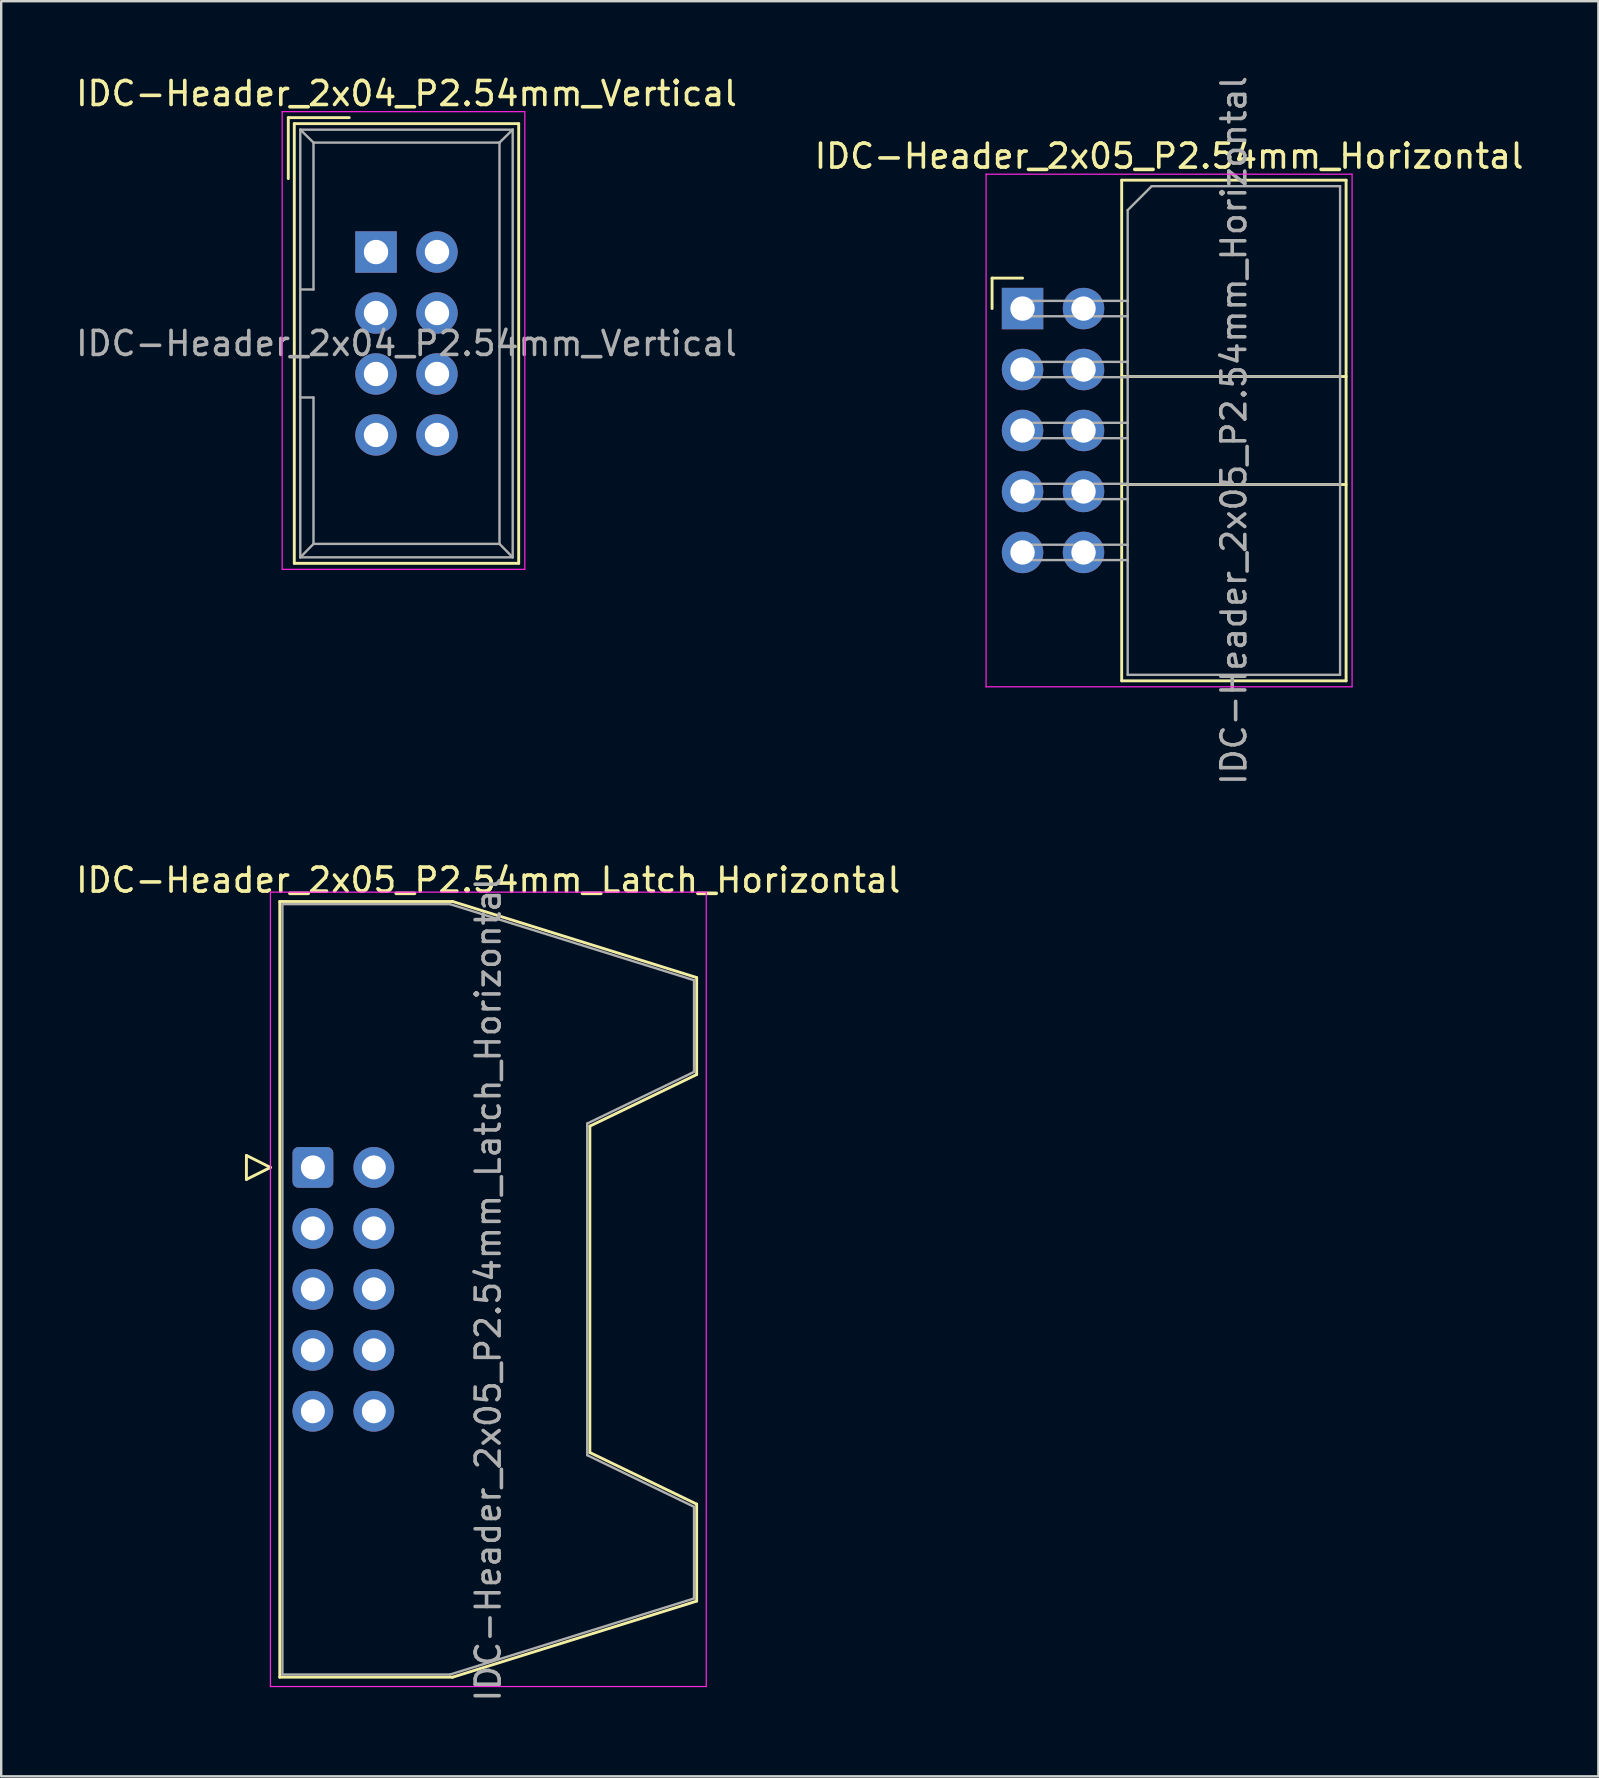
<source format=kicad_pcb>
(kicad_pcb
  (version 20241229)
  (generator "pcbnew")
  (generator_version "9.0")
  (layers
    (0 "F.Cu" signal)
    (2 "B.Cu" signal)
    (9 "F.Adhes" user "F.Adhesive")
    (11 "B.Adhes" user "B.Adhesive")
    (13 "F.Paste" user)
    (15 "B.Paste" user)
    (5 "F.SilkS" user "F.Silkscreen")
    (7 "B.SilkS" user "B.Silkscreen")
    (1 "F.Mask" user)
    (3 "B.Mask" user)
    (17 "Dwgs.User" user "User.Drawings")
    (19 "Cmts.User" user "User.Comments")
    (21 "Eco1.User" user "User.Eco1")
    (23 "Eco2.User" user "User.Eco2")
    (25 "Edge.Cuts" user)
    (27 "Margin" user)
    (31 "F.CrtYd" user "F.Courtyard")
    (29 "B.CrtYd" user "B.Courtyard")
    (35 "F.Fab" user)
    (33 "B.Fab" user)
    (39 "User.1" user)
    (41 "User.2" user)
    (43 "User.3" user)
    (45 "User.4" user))
  (footprint "IDC-Header_2x04_P2.54mm_Vertical"
    (layer "F.Cu")
    (at 12.617 7.452)
    (property "Reference" "IDC-Header_2x04_P2.54mm_Vertical" (at 1.27 -6.604 0) (layer "F.SilkS") (effects (font (size 1 1) (thickness 0.15))))
    (attr through_hole)
    (fp_line (start -3.655 -5.6) (end -3.655 -3.06) (stroke (width 0.12) (type solid)) (layer "F.SilkS"))
    (fp_line (start -3.655 -5.6) (end -1.115 -5.6) (stroke (width 0.12) (type solid)) (layer "F.SilkS"))
    (fp_line (start -3.405 -5.35) (end 5.945 -5.35) (stroke (width 0.12) (type solid)) (layer "F.SilkS"))
    (fp_line (start -3.405 12.97) (end -3.405 -5.35) (stroke (width 0.12) (type solid)) (layer "F.SilkS"))
    (fp_line (start 5.945 -5.35) (end 5.945 12.97) (stroke (width 0.12) (type solid)) (layer "F.SilkS"))
    (fp_line (start 5.945 12.97) (end -3.405 12.97) (stroke (width 0.12) (type solid)) (layer "F.SilkS"))
    (fp_line (start -3.91 -5.85) (end 6.2 -5.85) (stroke (width 0.05) (type solid)) (layer "F.CrtYd"))
    (fp_line (start -3.91 13.22) (end -3.91 -5.85) (stroke (width 0.05) (type solid)) (layer "F.CrtYd"))
    (fp_line (start 6.2 -5.85) (end 6.2 13.22) (stroke (width 0.05) (type solid)) (layer "F.CrtYd"))
    (fp_line (start 6.2 13.22) (end -3.91 13.22) (stroke (width 0.05) (type solid)) (layer "F.CrtYd"))
    (fp_line (start -3.155 -5.1) (end -3.155 12.72) (stroke (width 0.1) (type solid)) (layer "F.Fab"))
    (fp_line (start -3.155 -5.1) (end -2.605 -4.56) (stroke (width 0.1) (type solid)) (layer "F.Fab"))
    (fp_line (start -3.155 12.72) (end -2.605 12.16) (stroke (width 0.1) (type solid)) (layer "F.Fab"))
    (fp_line (start -2.605 -4.56) (end -2.605 1.56) (stroke (width 0.1) (type solid)) (layer "F.Fab"))
    (fp_line (start -2.605 1.56) (end -3.155 1.56) (stroke (width 0.1) (type solid)) (layer "F.Fab"))
    (fp_line (start -2.605 6.06) (end -3.155 6.06) (stroke (width 0.1) (type solid)) (layer "F.Fab"))
    (fp_line (start -2.605 6.06) (end -2.605 12.16) (stroke (width 0.1) (type solid)) (layer "F.Fab"))
    (fp_line (start 5.145 -4.56) (end -2.605 -4.56) (stroke (width 0.1) (type solid)) (layer "F.Fab"))
    (fp_line (start 5.145 -4.56) (end 5.145 12.16) (stroke (width 0.1) (type solid)) (layer "F.Fab"))
    (fp_line (start 5.145 12.16) (end -2.605 12.16) (stroke (width 0.1) (type solid)) (layer "F.Fab"))
    (fp_line (start 5.695 -5.1) (end -3.155 -5.1) (stroke (width 0.1) (type solid)) (layer "F.Fab"))
    (fp_line (start 5.695 -5.1) (end 5.145 -4.56) (stroke (width 0.1) (type solid)) (layer "F.Fab"))
    (fp_line (start 5.695 -5.1) (end 5.695 12.72) (stroke (width 0.1) (type solid)) (layer "F.Fab"))
    (fp_line (start 5.695 12.72) (end -3.155 12.72) (stroke (width 0.1) (type solid)) (layer "F.Fab"))
    (fp_line (start 5.695 12.72) (end 5.145 12.16) (stroke (width 0.1) (type solid)) (layer "F.Fab"))
    (fp_text user "${REFERENCE}" (at 1.27 3.81 0) (layer "F.Fab") (effects (font (size 1 1) (thickness 0.15))))
    (pad "1" thru_hole rect (at 0 0) (size 1.727 1.727) (drill 1.016) (layers "*.Cu" "*.Mask"))
    (pad "2" thru_hole oval (at 2.54 0) (size 1.727 1.727) (drill 1.016) (layers "*.Cu" "*.Mask"))
    (pad "3" thru_hole oval (at 0 2.54) (size 1.727 1.727) (drill 1.016) (layers "*.Cu" "*.Mask"))
    (pad "4" thru_hole oval (at 2.54 2.54) (size 1.727 1.727) (drill 1.016) (layers "*.Cu" "*.Mask"))
    (pad "5" thru_hole oval (at 0 5.08) (size 1.727 1.727) (drill 1.016) (layers "*.Cu" "*.Mask"))
    (pad "6" thru_hole oval (at 2.54 5.08) (size 1.727 1.727) (drill 1.016) (layers "*.Cu" "*.Mask"))
    (pad "7" thru_hole oval (at 0 7.62) (size 1.727 1.727) (drill 1.016) (layers "*.Cu" "*.Mask"))
    (pad "8" thru_hole oval (at 2.54 7.62) (size 1.727 1.727) (drill 1.016) (layers "*.Cu" "*.Mask")))
  (footprint "IDC-Header_2x05_P2.54mm_Horizontal"
    (layer "F.Cu")
    (at 39.556 9.807)
    (property "Reference" "IDC-Header_2x05_P2.54mm_Horizontal" (at 6.105 -6.35 0) (layer "F.SilkS") (effects (font (size 1 1) (thickness 0.15))))
    (attr through_hole)
    (fp_line (start -1.27 -1.27) (end -1.27 0) (stroke (width 0.12) (type solid)) (layer "F.SilkS"))
    (fp_line (start 0 -1.27) (end -1.27 -1.27) (stroke (width 0.12) (type solid)) (layer "F.SilkS"))
    (fp_line (start 4.13 -5.35) (end 13.48 -5.35) (stroke (width 0.12) (type solid)) (layer "F.SilkS"))
    (fp_line (start 4.13 2.83) (end 13.48 2.83) (stroke (width 0.12) (type solid)) (layer "F.SilkS"))
    (fp_line (start 4.13 7.33) (end 13.48 7.33) (stroke (width 0.12) (type solid)) (layer "F.SilkS"))
    (fp_line (start 4.13 15.51) (end 4.13 -5.35) (stroke (width 0.12) (type solid)) (layer "F.SilkS"))
    (fp_line (start 4.13 15.51) (end 13.48 15.51) (stroke (width 0.12) (type solid)) (layer "F.SilkS"))
    (fp_line (start 13.48 -5.35) (end 13.48 15.51) (stroke (width 0.12) (type solid)) (layer "F.SilkS"))
    (fp_line (start -1.52 -5.6) (end 13.73 -5.6) (stroke (width 0.05) (type solid)) (layer "F.CrtYd"))
    (fp_line (start -1.52 15.76) (end -1.52 -5.6) (stroke (width 0.05) (type solid)) (layer "F.CrtYd"))
    (fp_line (start 13.73 -5.6) (end 13.73 15.76) (stroke (width 0.05) (type solid)) (layer "F.CrtYd"))
    (fp_line (start 13.73 15.76) (end -1.52 15.76) (stroke (width 0.05) (type solid)) (layer "F.CrtYd"))
    (fp_line (start -0.32 -0.32) (end -0.32 0.32) (stroke (width 0.1) (type solid)) (layer "F.Fab"))
    (fp_line (start -0.32 0.32) (end 4.38 0.32) (stroke (width 0.1) (type solid)) (layer "F.Fab"))
    (fp_line (start -0.32 2.22) (end -0.32 2.86) (stroke (width 0.1) (type solid)) (layer "F.Fab"))
    (fp_line (start -0.32 2.86) (end 4.38 2.86) (stroke (width 0.1) (type solid)) (layer "F.Fab"))
    (fp_line (start -0.32 4.76) (end -0.32 5.4) (stroke (width 0.1) (type solid)) (layer "F.Fab"))
    (fp_line (start -0.32 5.4) (end 4.38 5.4) (stroke (width 0.1) (type solid)) (layer "F.Fab"))
    (fp_line (start -0.32 7.3) (end -0.32 7.94) (stroke (width 0.1) (type solid)) (layer "F.Fab"))
    (fp_line (start -0.32 7.94) (end 4.38 7.94) (stroke (width 0.1) (type solid)) (layer "F.Fab"))
    (fp_line (start -0.32 9.84) (end -0.32 10.48) (stroke (width 0.1) (type solid)) (layer "F.Fab"))
    (fp_line (start -0.32 10.48) (end 4.38 10.48) (stroke (width 0.1) (type solid)) (layer "F.Fab"))
    (fp_line (start 4.38 -4.1) (end 5.38 -5.1) (stroke (width 0.1) (type solid)) (layer "F.Fab"))
    (fp_line (start 4.38 -0.32) (end -0.32 -0.32) (stroke (width 0.1) (type solid)) (layer "F.Fab"))
    (fp_line (start 4.38 2.22) (end -0.32 2.22) (stroke (width 0.1) (type solid)) (layer "F.Fab"))
    (fp_line (start 4.38 2.83) (end 13.23 2.83) (stroke (width 0.1) (type solid)) (layer "F.Fab"))
    (fp_line (start 4.38 4.76) (end -0.32 4.76) (stroke (width 0.1) (type solid)) (layer "F.Fab"))
    (fp_line (start 4.38 7.3) (end -0.32 7.3) (stroke (width 0.1) (type solid)) (layer "F.Fab"))
    (fp_line (start 4.38 7.33) (end 13.23 7.33) (stroke (width 0.1) (type solid)) (layer "F.Fab"))
    (fp_line (start 4.38 9.84) (end -0.32 9.84) (stroke (width 0.1) (type solid)) (layer "F.Fab"))
    (fp_line (start 4.38 15.26) (end 4.38 -4.1) (stroke (width 0.1) (type solid)) (layer "F.Fab"))
    (fp_line (start 4.38 15.26) (end 13.23 15.26) (stroke (width 0.1) (type solid)) (layer "F.Fab"))
    (fp_line (start 5.38 -5.1) (end 13.23 -5.1) (stroke (width 0.1) (type solid)) (layer "F.Fab"))
    (fp_line (start 13.23 15.26) (end 13.23 -5.1) (stroke (width 0.1) (type solid)) (layer "F.Fab"))
    (fp_text user "${REFERENCE}" (at 8.805 5.08 90) (layer "F.Fab") (effects (font (size 1 1) (thickness 0.15))))
    (pad "1" thru_hole rect (at 0 0) (size 1.727 1.727) (drill 1.016) (layers "*.Cu" "*.Mask"))
    (pad "2" thru_hole oval (at 2.54 0) (size 1.727 1.727) (drill 1.016) (layers "*.Cu" "*.Mask"))
    (pad "3" thru_hole oval (at 0 2.54) (size 1.727 1.727) (drill 1.016) (layers "*.Cu" "*.Mask"))
    (pad "4" thru_hole oval (at 2.54 2.54) (size 1.727 1.727) (drill 1.016) (layers "*.Cu" "*.Mask"))
    (pad "5" thru_hole oval (at 0 5.08) (size 1.727 1.727) (drill 1.016) (layers "*.Cu" "*.Mask"))
    (pad "6" thru_hole oval (at 2.54 5.08) (size 1.727 1.727) (drill 1.016) (layers "*.Cu" "*.Mask"))
    (pad "7" thru_hole oval (at 0 7.62) (size 1.727 1.727) (drill 1.016) (layers "*.Cu" "*.Mask"))
    (pad "8" thru_hole oval (at 2.54 7.62) (size 1.727 1.727) (drill 1.016) (layers "*.Cu" "*.Mask"))
    (pad "9" thru_hole oval (at 0 10.16) (size 1.727 1.727) (drill 1.016) (layers "*.Cu" "*.Mask"))
    (pad "10" thru_hole oval (at 2.54 10.16) (size 1.727 1.727) (drill 1.016) (layers "*.Cu" "*.Mask")))
  (footprint "IDC-Header_2x05_P2.54mm_Latch_Horizontal"
    (layer "F.Cu")
    (at 9.987 45.592)
    (property "Reference" "IDC-Header_2x05_P2.54mm_Latch_Horizontal" (at 7.305 -11.97 0) (layer "F.SilkS") (effects (font (size 1 1) (thickness 0.15))))
    (attr through_hole)
    (fp_line (start -2.77 -0.5) (end -2.77 0.5) (stroke (width 0.12) (type solid)) (layer "F.SilkS"))
    (fp_line (start -2.77 0.5) (end -1.77 0) (stroke (width 0.12) (type solid)) (layer "F.SilkS"))
    (fp_line (start -1.77 0) (end -2.77 -0.5) (stroke (width 0.12) (type solid)) (layer "F.SilkS"))
    (fp_line (start -1.38 -11.08) (end 5.82 -11.08) (stroke (width 0.12) (type solid)) (layer "F.SilkS"))
    (fp_line (start -1.38 21.24) (end -1.38 -11.08) (stroke (width 0.12) (type solid)) (layer "F.SilkS"))
    (fp_line (start 5.82 -11.08) (end 15.99 -7.91) (stroke (width 0.12) (type solid)) (layer "F.SilkS"))
    (fp_line (start 5.82 21.24) (end -1.38 21.24) (stroke (width 0.12) (type solid)) (layer "F.SilkS"))
    (fp_line (start 11.54 -1.72) (end 11.54 11.88) (stroke (width 0.12) (type solid)) (layer "F.SilkS"))
    (fp_line (start 11.54 11.88) (end 15.99 14.03) (stroke (width 0.12) (type solid)) (layer "F.SilkS"))
    (fp_line (start 15.99 -7.91) (end 15.99 -3.87) (stroke (width 0.12) (type solid)) (layer "F.SilkS"))
    (fp_line (start 15.99 -3.87) (end 11.54 -1.72) (stroke (width 0.12) (type solid)) (layer "F.SilkS"))
    (fp_line (start 15.99 14.03) (end 15.99 18.07) (stroke (width 0.12) (type solid)) (layer "F.SilkS"))
    (fp_line (start 15.99 18.07) (end 5.82 21.24) (stroke (width 0.12) (type solid)) (layer "F.SilkS"))
    (fp_line (start -1.77 -11.47) (end -1.77 21.63) (stroke (width 0.05) (type solid)) (layer "F.CrtYd"))
    (fp_line (start -1.77 21.63) (end 16.39 21.63) (stroke (width 0.05) (type solid)) (layer "F.CrtYd"))
    (fp_line (start 16.39 -11.47) (end -1.77 -11.47) (stroke (width 0.05) (type solid)) (layer "F.CrtYd"))
    (fp_line (start 16.39 21.63) (end 16.39 -11.47) (stroke (width 0.05) (type solid)) (layer "F.CrtYd"))
    (fp_line (start -1.27 -10.97) (end 5.71 -10.97) (stroke (width 0.1) (type solid)) (layer "F.Fab"))
    (fp_line (start -1.27 21.13) (end -1.27 -10.97) (stroke (width 0.1) (type solid)) (layer "F.Fab"))
    (fp_line (start 5.71 -10.97) (end 15.88 -7.8) (stroke (width 0.1) (type solid)) (layer "F.Fab"))
    (fp_line (start 5.71 21.13) (end -1.27 21.13) (stroke (width 0.1) (type solid)) (layer "F.Fab"))
    (fp_line (start 11.43 -1.83) (end 11.43 11.99) (stroke (width 0.1) (type solid)) (layer "F.Fab"))
    (fp_line (start 11.43 11.99) (end 15.88 14.14) (stroke (width 0.1) (type solid)) (layer "F.Fab"))
    (fp_line (start 15.88 -7.8) (end 15.88 -3.98) (stroke (width 0.1) (type solid)) (layer "F.Fab"))
    (fp_line (start 15.88 -3.98) (end 11.43 -1.83) (stroke (width 0.1) (type solid)) (layer "F.Fab"))
    (fp_line (start 15.88 14.14) (end 15.88 17.96) (stroke (width 0.1) (type solid)) (layer "F.Fab"))
    (fp_line (start 15.88 17.96) (end 5.71 21.13) (stroke (width 0.1) (type solid)) (layer "F.Fab"))
    (fp_text user "${REFERENCE}" (at 7.305 5.08 90) (layer "F.Fab") (effects (font (size 1 1) (thickness 0.15))))
    (pad "1" thru_hole roundrect (at 0 0) (size 1.7 1.7) (drill 1) (layers "*.Cu" "*.Mask") (roundrect_rratio 0.147))
    (pad "2" thru_hole circle (at 2.54 0) (size 1.7 1.7) (drill 1) (layers "*.Cu" "*.Mask"))
    (pad "3" thru_hole circle (at 0 2.54) (size 1.7 1.7) (drill 1) (layers "*.Cu" "*.Mask"))
    (pad "4" thru_hole circle (at 2.54 2.54) (size 1.7 1.7) (drill 1) (layers "*.Cu" "*.Mask"))
    (pad "5" thru_hole circle (at 0 5.08) (size 1.7 1.7) (drill 1) (layers "*.Cu" "*.Mask"))
    (pad "6" thru_hole circle (at 2.54 5.08) (size 1.7 1.7) (drill 1) (layers "*.Cu" "*.Mask"))
    (pad "7" thru_hole circle (at 0 7.62) (size 1.7 1.7) (drill 1) (layers "*.Cu" "*.Mask"))
    (pad "8" thru_hole circle (at 2.54 7.62) (size 1.7 1.7) (drill 1) (layers "*.Cu" "*.Mask"))
    (pad "9" thru_hole circle (at 0 10.16) (size 1.7 1.7) (drill 1) (layers "*.Cu" "*.Mask"))
    (pad "10" thru_hole circle (at 2.54 10.16) (size 1.7 1.7) (drill 1) (layers "*.Cu" "*.Mask")))
  (gr_rect
    (start -3 -3)
    (end 63.548 70.964)
    (stroke (width 0.1) (type default))
    (fill no)
    (layer "Edge.Cuts")))
</source>
